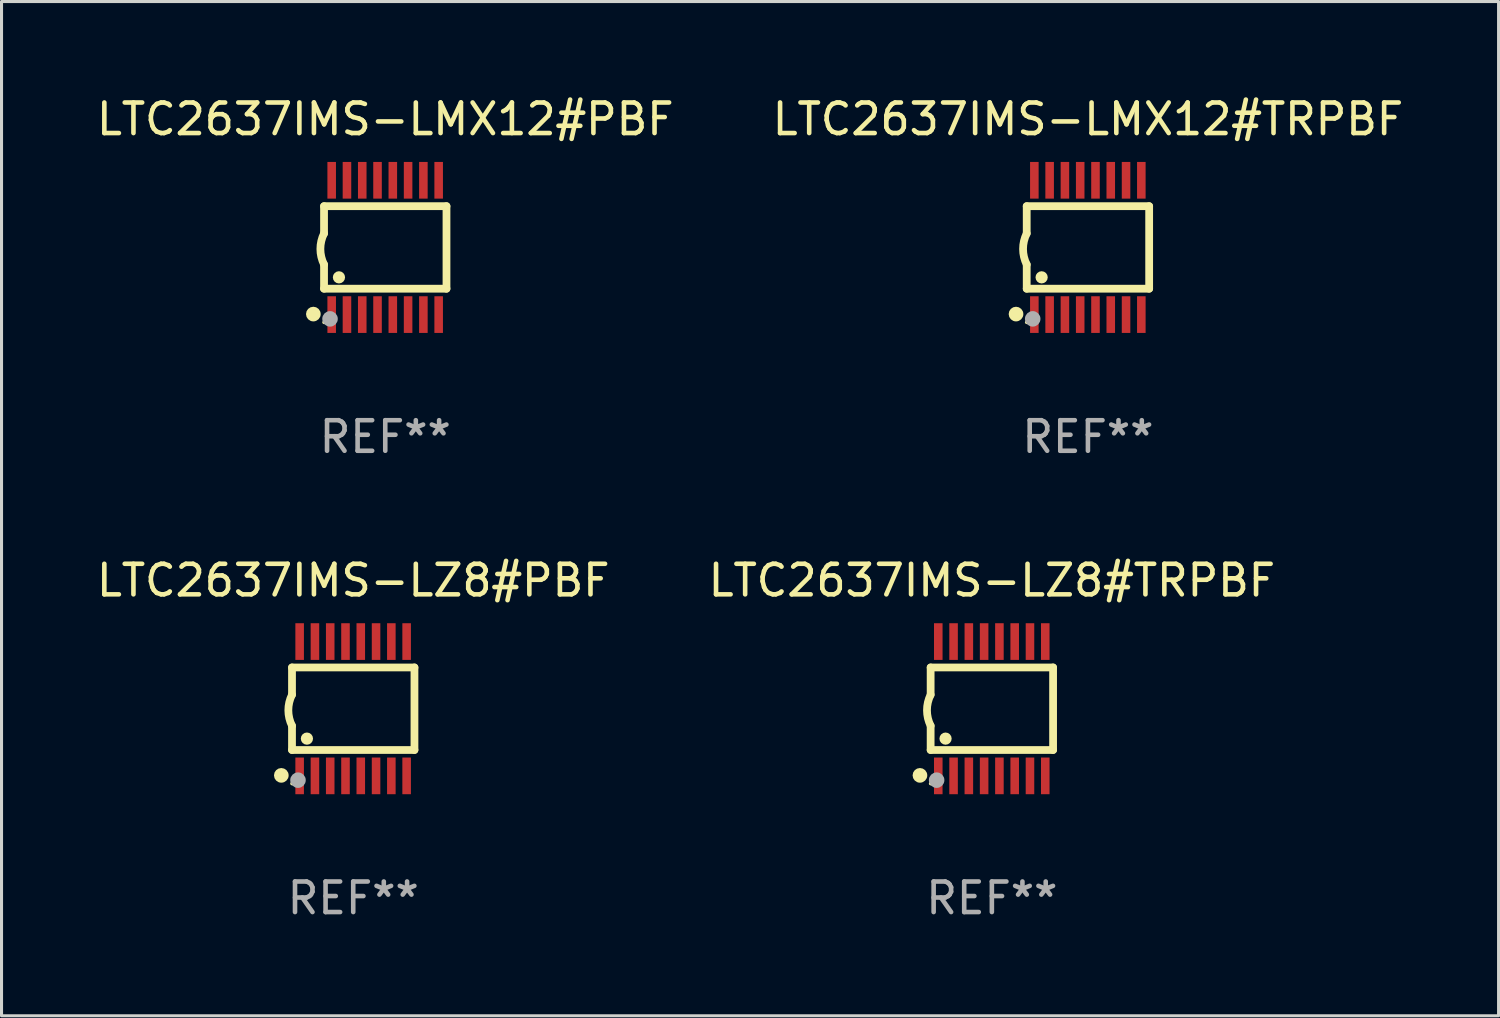
<source format=kicad_pcb>
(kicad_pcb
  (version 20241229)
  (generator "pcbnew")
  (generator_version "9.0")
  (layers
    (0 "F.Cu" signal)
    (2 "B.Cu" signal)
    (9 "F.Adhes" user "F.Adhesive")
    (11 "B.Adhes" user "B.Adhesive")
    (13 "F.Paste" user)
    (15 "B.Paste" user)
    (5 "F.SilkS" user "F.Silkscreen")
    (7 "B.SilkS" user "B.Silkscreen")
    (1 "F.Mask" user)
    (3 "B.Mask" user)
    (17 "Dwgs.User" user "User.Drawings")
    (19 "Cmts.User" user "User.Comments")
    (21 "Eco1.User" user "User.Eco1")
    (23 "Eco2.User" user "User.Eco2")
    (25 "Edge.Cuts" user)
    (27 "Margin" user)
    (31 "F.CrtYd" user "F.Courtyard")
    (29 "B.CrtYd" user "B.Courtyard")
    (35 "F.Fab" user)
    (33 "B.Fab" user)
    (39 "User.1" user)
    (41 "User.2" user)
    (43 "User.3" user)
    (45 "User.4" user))
  (footprint "LTC2637IMS-LMX12#PBF"
    (layer "F.Cu")
    (at 9.554 5.045)
    (property "Reference" "LTC2637IMS-LMX12#PBF" (at 0 -4.197 0) (layer "F.SilkS") (effects (font (size 1 1) (thickness 0.15))))
    (attr through_hole)
    (fp_line (start -2.003 -1.35) (end -2.003 -0.457) (stroke (width 0.254) (type solid)) (layer "F.SilkS"))
    (fp_line (start -2.003 -1.35) (end 2.003 -1.35) (stroke (width 0.254) (type solid)) (layer "F.SilkS"))
    (fp_line (start -2.003 1.35) (end -2.003 0.559) (stroke (width 0.254) (type solid)) (layer "F.SilkS"))
    (fp_line (start -2.003 1.35) (end 2.003 1.35) (stroke (width 0.254) (type solid)) (layer "F.SilkS"))
    (fp_line (start 2.003 -1.35) (end 2.003 1.35) (stroke (width 0.254) (type solid)) (layer "F.SilkS"))
    (fp_arc (start -2.002286 0.558802) (mid -2.122556 0.05092) (end -2.003302 -0.457201) (stroke (width 0.254001) (type solid)) (layer "F.SilkS"))
    (fp_circle (center -2.353 2.18) (end -2.233 2.18) (stroke (width 0.24) (type solid)) (fill no) (layer "F.SilkS"))
    (fp_circle (center -2.003 2.45) (end -1.973 2.45) (stroke (width 0.06) (type solid)) (fill no) (layer "F.SilkS"))
    (fp_circle (center -1.515 0.978) (end -1.415 0.978) (stroke (width 0.2) (type solid)) (fill no) (layer "F.SilkS"))
    (fp_circle (center -1.807 2.337) (end -1.68 2.337) (stroke (width 0.254) (type solid)) (fill no) (layer "F.Fab"))
    (fp_text user "REF**" (at 0 6.197 0) (layer "F.Fab") (effects (font (size 1 1) (thickness 0.15))))
    (pad "1" smd rect (at -1.753 2.197 90) (size 1.2 0.28) (layers "F.Cu" "F.Mask" "F.Paste"))
    (pad "2" smd rect (at -1.253 2.197 90) (size 1.2 0.28) (layers "F.Cu" "F.Mask" "F.Paste"))
    (pad "3" smd rect (at -0.753 2.197 90) (size 1.2 0.28) (layers "F.Cu" "F.Mask" "F.Paste"))
    (pad "4" smd rect (at -0.253 2.197 90) (size 1.2 0.28) (layers "F.Cu" "F.Mask" "F.Paste"))
    (pad "5" smd rect (at 0.247 2.197 90) (size 1.2 0.28) (layers "F.Cu" "F.Mask" "F.Paste"))
    (pad "6" smd rect (at 0.747 2.197 90) (size 1.2 0.28) (layers "F.Cu" "F.Mask" "F.Paste"))
    (pad "7" smd rect (at 1.247 2.197 90) (size 1.2 0.28) (layers "F.Cu" "F.Mask" "F.Paste"))
    (pad "8" smd rect (at 1.747 2.197 90) (size 1.2 0.28) (layers "F.Cu" "F.Mask" "F.Paste"))
    (pad "9" smd rect (at 1.747 -2.197 90) (size 1.2 0.28) (layers "F.Cu" "F.Mask" "F.Paste"))
    (pad "10" smd rect (at 1.247 -2.197 90) (size 1.2 0.28) (layers "F.Cu" "F.Mask" "F.Paste"))
    (pad "11" smd rect (at 0.747 -2.197 90) (size 1.2 0.28) (layers "F.Cu" "F.Mask" "F.Paste"))
    (pad "12" smd rect (at 0.247 -2.197 90) (size 1.2 0.28) (layers "F.Cu" "F.Mask" "F.Paste"))
    (pad "13" smd rect (at -0.253 -2.197 90) (size 1.2 0.28) (layers "F.Cu" "F.Mask" "F.Paste"))
    (pad "14" smd rect (at -0.753 -2.197 90) (size 1.2 0.28) (layers "F.Cu" "F.Mask" "F.Paste"))
    (pad "15" smd rect (at -1.253 -2.197 90) (size 1.2 0.28) (layers "F.Cu" "F.Mask" "F.Paste"))
    (pad "16" smd rect (at -1.753 -2.197 90) (size 1.2 0.28) (layers "F.Cu" "F.Mask" "F.Paste")))
  (footprint "LTC2637IMS-LZ8#PBF"
    (layer "F.Cu")
    (at 8.506 20.136)
    (property "Reference" "LTC2637IMS-LZ8#PBF" (at 0 -4.197 0) (layer "F.SilkS") (effects (font (size 1 1) (thickness 0.15))))
    (attr through_hole)
    (fp_line (start -2.003 -1.35) (end -2.003 -0.457) (stroke (width 0.254) (type solid)) (layer "F.SilkS"))
    (fp_line (start -2.003 -1.35) (end 2.003 -1.35) (stroke (width 0.254) (type solid)) (layer "F.SilkS"))
    (fp_line (start -2.003 1.35) (end -2.003 0.559) (stroke (width 0.254) (type solid)) (layer "F.SilkS"))
    (fp_line (start -2.003 1.35) (end 2.003 1.35) (stroke (width 0.254) (type solid)) (layer "F.SilkS"))
    (fp_line (start 2.003 -1.35) (end 2.003 1.35) (stroke (width 0.254) (type solid)) (layer "F.SilkS"))
    (fp_arc (start -2.002286 0.558802) (mid -2.122556 0.05092) (end -2.003302 -0.457201) (stroke (width 0.254001) (type solid)) (layer "F.SilkS"))
    (fp_circle (center -2.353 2.18) (end -2.233 2.18) (stroke (width 0.24) (type solid)) (fill no) (layer "F.SilkS"))
    (fp_circle (center -2.003 2.45) (end -1.973 2.45) (stroke (width 0.06) (type solid)) (fill no) (layer "F.SilkS"))
    (fp_circle (center -1.515 0.978) (end -1.415 0.978) (stroke (width 0.2) (type solid)) (fill no) (layer "F.SilkS"))
    (fp_circle (center -1.807 2.337) (end -1.68 2.337) (stroke (width 0.254) (type solid)) (fill no) (layer "F.Fab"))
    (fp_text user "REF**" (at 0 6.197 0) (layer "F.Fab") (effects (font (size 1 1) (thickness 0.15))))
    (pad "1" smd rect (at -1.753 2.197 90) (size 1.2 0.28) (layers "F.Cu" "F.Mask" "F.Paste"))
    (pad "2" smd rect (at -1.253 2.197 90) (size 1.2 0.28) (layers "F.Cu" "F.Mask" "F.Paste"))
    (pad "3" smd rect (at -0.753 2.197 90) (size 1.2 0.28) (layers "F.Cu" "F.Mask" "F.Paste"))
    (pad "4" smd rect (at -0.253 2.197 90) (size 1.2 0.28) (layers "F.Cu" "F.Mask" "F.Paste"))
    (pad "5" smd rect (at 0.247 2.197 90) (size 1.2 0.28) (layers "F.Cu" "F.Mask" "F.Paste"))
    (pad "6" smd rect (at 0.747 2.197 90) (size 1.2 0.28) (layers "F.Cu" "F.Mask" "F.Paste"))
    (pad "7" smd rect (at 1.247 2.197 90) (size 1.2 0.28) (layers "F.Cu" "F.Mask" "F.Paste"))
    (pad "8" smd rect (at 1.747 2.197 90) (size 1.2 0.28) (layers "F.Cu" "F.Mask" "F.Paste"))
    (pad "9" smd rect (at 1.747 -2.197 90) (size 1.2 0.28) (layers "F.Cu" "F.Mask" "F.Paste"))
    (pad "10" smd rect (at 1.247 -2.197 90) (size 1.2 0.28) (layers "F.Cu" "F.Mask" "F.Paste"))
    (pad "11" smd rect (at 0.747 -2.197 90) (size 1.2 0.28) (layers "F.Cu" "F.Mask" "F.Paste"))
    (pad "12" smd rect (at 0.247 -2.197 90) (size 1.2 0.28) (layers "F.Cu" "F.Mask" "F.Paste"))
    (pad "13" smd rect (at -0.253 -2.197 90) (size 1.2 0.28) (layers "F.Cu" "F.Mask" "F.Paste"))
    (pad "14" smd rect (at -0.753 -2.197 90) (size 1.2 0.28) (layers "F.Cu" "F.Mask" "F.Paste"))
    (pad "15" smd rect (at -1.253 -2.197 90) (size 1.2 0.28) (layers "F.Cu" "F.Mask" "F.Paste"))
    (pad "16" smd rect (at -1.753 -2.197 90) (size 1.2 0.28) (layers "F.Cu" "F.Mask" "F.Paste")))
  (footprint "LTC2637IMS-LZ8#TRPBF"
    (layer "F.Cu")
    (at 29.399 20.136)
    (property "Reference" "LTC2637IMS-LZ8#TRPBF" (at 0 -4.197 0) (layer "F.SilkS") (effects (font (size 1 1) (thickness 0.15))))
    (attr through_hole)
    (fp_line (start -2.003 -1.35) (end -2.003 -0.457) (stroke (width 0.254) (type solid)) (layer "F.SilkS"))
    (fp_line (start -2.003 -1.35) (end 2.003 -1.35) (stroke (width 0.254) (type solid)) (layer "F.SilkS"))
    (fp_line (start -2.003 1.35) (end -2.003 0.559) (stroke (width 0.254) (type solid)) (layer "F.SilkS"))
    (fp_line (start -2.003 1.35) (end 2.003 1.35) (stroke (width 0.254) (type solid)) (layer "F.SilkS"))
    (fp_line (start 2.003 -1.35) (end 2.003 1.35) (stroke (width 0.254) (type solid)) (layer "F.SilkS"))
    (fp_arc (start -2.002286 0.558802) (mid -2.122556 0.05092) (end -2.003302 -0.457201) (stroke (width 0.254001) (type solid)) (layer "F.SilkS"))
    (fp_circle (center -2.353 2.18) (end -2.233 2.18) (stroke (width 0.24) (type solid)) (fill no) (layer "F.SilkS"))
    (fp_circle (center -2.003 2.45) (end -1.973 2.45) (stroke (width 0.06) (type solid)) (fill no) (layer "F.SilkS"))
    (fp_circle (center -1.515 0.978) (end -1.415 0.978) (stroke (width 0.2) (type solid)) (fill no) (layer "F.SilkS"))
    (fp_circle (center -1.807 2.337) (end -1.68 2.337) (stroke (width 0.254) (type solid)) (fill no) (layer "F.Fab"))
    (fp_text user "REF**" (at 0 6.197 0) (layer "F.Fab") (effects (font (size 1 1) (thickness 0.15))))
    (pad "1" smd rect (at -1.753 2.197 90) (size 1.2 0.28) (layers "F.Cu" "F.Mask" "F.Paste"))
    (pad "2" smd rect (at -1.253 2.197 90) (size 1.2 0.28) (layers "F.Cu" "F.Mask" "F.Paste"))
    (pad "3" smd rect (at -0.753 2.197 90) (size 1.2 0.28) (layers "F.Cu" "F.Mask" "F.Paste"))
    (pad "4" smd rect (at -0.253 2.197 90) (size 1.2 0.28) (layers "F.Cu" "F.Mask" "F.Paste"))
    (pad "5" smd rect (at 0.247 2.197 90) (size 1.2 0.28) (layers "F.Cu" "F.Mask" "F.Paste"))
    (pad "6" smd rect (at 0.747 2.197 90) (size 1.2 0.28) (layers "F.Cu" "F.Mask" "F.Paste"))
    (pad "7" smd rect (at 1.247 2.197 90) (size 1.2 0.28) (layers "F.Cu" "F.Mask" "F.Paste"))
    (pad "8" smd rect (at 1.747 2.197 90) (size 1.2 0.28) (layers "F.Cu" "F.Mask" "F.Paste"))
    (pad "9" smd rect (at 1.747 -2.197 90) (size 1.2 0.28) (layers "F.Cu" "F.Mask" "F.Paste"))
    (pad "10" smd rect (at 1.247 -2.197 90) (size 1.2 0.28) (layers "F.Cu" "F.Mask" "F.Paste"))
    (pad "11" smd rect (at 0.747 -2.197 90) (size 1.2 0.28) (layers "F.Cu" "F.Mask" "F.Paste"))
    (pad "12" smd rect (at 0.247 -2.197 90) (size 1.2 0.28) (layers "F.Cu" "F.Mask" "F.Paste"))
    (pad "13" smd rect (at -0.253 -2.197 90) (size 1.2 0.28) (layers "F.Cu" "F.Mask" "F.Paste"))
    (pad "14" smd rect (at -0.753 -2.197 90) (size 1.2 0.28) (layers "F.Cu" "F.Mask" "F.Paste"))
    (pad "15" smd rect (at -1.253 -2.197 90) (size 1.2 0.28) (layers "F.Cu" "F.Mask" "F.Paste"))
    (pad "16" smd rect (at -1.753 -2.197 90) (size 1.2 0.28) (layers "F.Cu" "F.Mask" "F.Paste")))
  (footprint "LTC2637IMS-LMX12#TRPBF"
    (layer "F.Cu")
    (at 32.542 5.045)
    (property "Reference" "LTC2637IMS-LMX12#TRPBF" (at 0 -4.197 0) (layer "F.SilkS") (effects (font (size 1 1) (thickness 0.15))))
    (attr through_hole)
    (fp_line (start -2.003 -1.35) (end -2.003 -0.457) (stroke (width 0.254) (type solid)) (layer "F.SilkS"))
    (fp_line (start -2.003 -1.35) (end 2.003 -1.35) (stroke (width 0.254) (type solid)) (layer "F.SilkS"))
    (fp_line (start -2.003 1.35) (end -2.003 0.559) (stroke (width 0.254) (type solid)) (layer "F.SilkS"))
    (fp_line (start -2.003 1.35) (end 2.003 1.35) (stroke (width 0.254) (type solid)) (layer "F.SilkS"))
    (fp_line (start 2.003 -1.35) (end 2.003 1.35) (stroke (width 0.254) (type solid)) (layer "F.SilkS"))
    (fp_arc (start -2.002286 0.558802) (mid -2.122556 0.05092) (end -2.003302 -0.457201) (stroke (width 0.254001) (type solid)) (layer "F.SilkS"))
    (fp_circle (center -2.353 2.18) (end -2.233 2.18) (stroke (width 0.24) (type solid)) (fill no) (layer "F.SilkS"))
    (fp_circle (center -2.003 2.45) (end -1.973 2.45) (stroke (width 0.06) (type solid)) (fill no) (layer "F.SilkS"))
    (fp_circle (center -1.515 0.978) (end -1.415 0.978) (stroke (width 0.2) (type solid)) (fill no) (layer "F.SilkS"))
    (fp_circle (center -1.807 2.337) (end -1.68 2.337) (stroke (width 0.254) (type solid)) (fill no) (layer "F.Fab"))
    (fp_text user "REF**" (at 0 6.197 0) (layer "F.Fab") (effects (font (size 1 1) (thickness 0.15))))
    (pad "1" smd rect (at -1.753 2.197 90) (size 1.2 0.28) (layers "F.Cu" "F.Mask" "F.Paste"))
    (pad "2" smd rect (at -1.253 2.197 90) (size 1.2 0.28) (layers "F.Cu" "F.Mask" "F.Paste"))
    (pad "3" smd rect (at -0.753 2.197 90) (size 1.2 0.28) (layers "F.Cu" "F.Mask" "F.Paste"))
    (pad "4" smd rect (at -0.253 2.197 90) (size 1.2 0.28) (layers "F.Cu" "F.Mask" "F.Paste"))
    (pad "5" smd rect (at 0.247 2.197 90) (size 1.2 0.28) (layers "F.Cu" "F.Mask" "F.Paste"))
    (pad "6" smd rect (at 0.747 2.197 90) (size 1.2 0.28) (layers "F.Cu" "F.Mask" "F.Paste"))
    (pad "7" smd rect (at 1.247 2.197 90) (size 1.2 0.28) (layers "F.Cu" "F.Mask" "F.Paste"))
    (pad "8" smd rect (at 1.747 2.197 90) (size 1.2 0.28) (layers "F.Cu" "F.Mask" "F.Paste"))
    (pad "9" smd rect (at 1.747 -2.197 90) (size 1.2 0.28) (layers "F.Cu" "F.Mask" "F.Paste"))
    (pad "10" smd rect (at 1.247 -2.197 90) (size 1.2 0.28) (layers "F.Cu" "F.Mask" "F.Paste"))
    (pad "11" smd rect (at 0.747 -2.197 90) (size 1.2 0.28) (layers "F.Cu" "F.Mask" "F.Paste"))
    (pad "12" smd rect (at 0.247 -2.197 90) (size 1.2 0.28) (layers "F.Cu" "F.Mask" "F.Paste"))
    (pad "13" smd rect (at -0.253 -2.197 90) (size 1.2 0.28) (layers "F.Cu" "F.Mask" "F.Paste"))
    (pad "14" smd rect (at -0.753 -2.197 90) (size 1.2 0.28) (layers "F.Cu" "F.Mask" "F.Paste"))
    (pad "15" smd rect (at -1.253 -2.197 90) (size 1.2 0.28) (layers "F.Cu" "F.Mask" "F.Paste"))
    (pad "16" smd rect (at -1.753 -2.197 90) (size 1.2 0.28) (layers "F.Cu" "F.Mask" "F.Paste")))
  (gr_rect
    (start -3 -3)
    (end 45.976 30.181)
    (stroke (width 0.1) (type default))
    (fill no)
    (layer "Edge.Cuts")))
</source>
